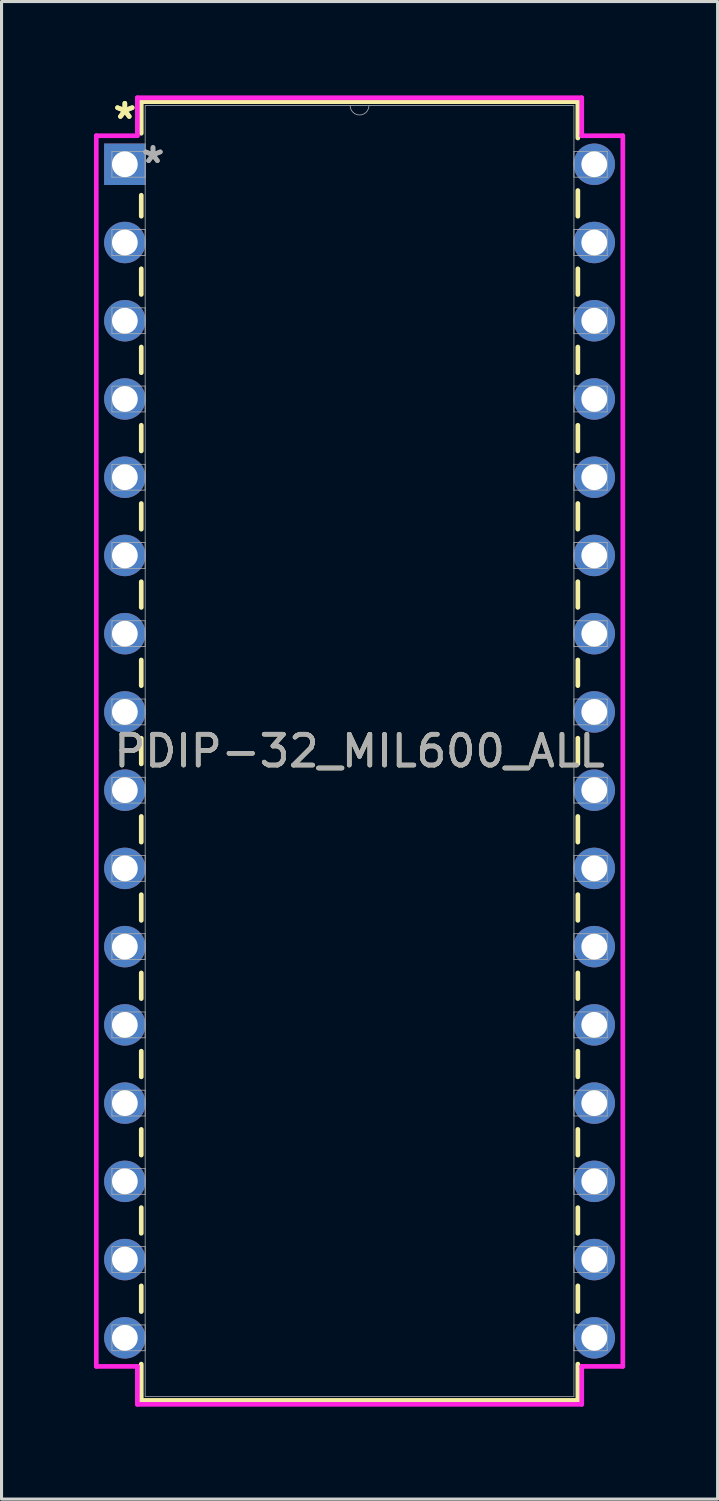
<source format=kicad_pcb>
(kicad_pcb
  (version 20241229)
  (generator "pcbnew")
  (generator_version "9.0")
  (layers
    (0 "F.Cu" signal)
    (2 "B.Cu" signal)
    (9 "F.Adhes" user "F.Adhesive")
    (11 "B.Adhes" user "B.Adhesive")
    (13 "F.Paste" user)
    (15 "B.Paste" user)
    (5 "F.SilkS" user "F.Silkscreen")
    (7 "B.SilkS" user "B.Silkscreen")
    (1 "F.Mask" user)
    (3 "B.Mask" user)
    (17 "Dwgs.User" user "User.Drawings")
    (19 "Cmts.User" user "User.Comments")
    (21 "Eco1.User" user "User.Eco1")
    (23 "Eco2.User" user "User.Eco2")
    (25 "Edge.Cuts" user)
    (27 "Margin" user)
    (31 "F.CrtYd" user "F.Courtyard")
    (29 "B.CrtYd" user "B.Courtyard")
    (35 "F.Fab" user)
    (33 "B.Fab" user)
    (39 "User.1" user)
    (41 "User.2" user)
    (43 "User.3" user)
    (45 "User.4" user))
  (footprint "PDIP-32_MIL600_ALL"
    (layer "F.Cu")
    (at 1.003 2.283)
    (property "Reference" "PDIP-32_MIL600_ALL" (at 7.62 19.05 0) (unlocked yes) (layer "F.SilkS") (effects (font (size 1 1) (thickness 0.15))))
    (attr through_hole)
    (fp_line (start 0.533 -2.032) (end 0.533 -1.006) (stroke (width 0.152) (type solid)) (layer "F.SilkS"))
    (fp_line (start 0.533 1.006) (end 0.533 1.687) (stroke (width 0.152) (type solid)) (layer "F.SilkS"))
    (fp_line (start 0.533 3.393) (end 0.533 4.227) (stroke (width 0.152) (type solid)) (layer "F.SilkS"))
    (fp_line (start 0.533 5.933) (end 0.533 6.767) (stroke (width 0.152) (type solid)) (layer "F.SilkS"))
    (fp_line (start 0.533 8.473) (end 0.533 9.307) (stroke (width 0.152) (type solid)) (layer "F.SilkS"))
    (fp_line (start 0.533 11.013) (end 0.533 11.847) (stroke (width 0.152) (type solid)) (layer "F.SilkS"))
    (fp_line (start 0.533 13.553) (end 0.533 14.387) (stroke (width 0.152) (type solid)) (layer "F.SilkS"))
    (fp_line (start 0.533 16.093) (end 0.533 16.927) (stroke (width 0.152) (type solid)) (layer "F.SilkS"))
    (fp_line (start 0.533 18.633) (end 0.533 19.467) (stroke (width 0.152) (type solid)) (layer "F.SilkS"))
    (fp_line (start 0.533 21.173) (end 0.533 22.007) (stroke (width 0.152) (type solid)) (layer "F.SilkS"))
    (fp_line (start 0.533 23.713) (end 0.533 24.547) (stroke (width 0.152) (type solid)) (layer "F.SilkS"))
    (fp_line (start 0.533 26.253) (end 0.533 27.087) (stroke (width 0.152) (type solid)) (layer "F.SilkS"))
    (fp_line (start 0.533 28.793) (end 0.533 29.627) (stroke (width 0.152) (type solid)) (layer "F.SilkS"))
    (fp_line (start 0.533 31.333) (end 0.533 32.167) (stroke (width 0.152) (type solid)) (layer "F.SilkS"))
    (fp_line (start 0.533 33.873) (end 0.533 34.707) (stroke (width 0.152) (type solid)) (layer "F.SilkS"))
    (fp_line (start 0.533 36.413) (end 0.533 37.247) (stroke (width 0.152) (type solid)) (layer "F.SilkS"))
    (fp_line (start 0.533 38.953) (end 0.533 40.132) (stroke (width 0.152) (type solid)) (layer "F.SilkS"))
    (fp_line (start 0.533 40.132) (end 14.707 40.132) (stroke (width 0.152) (type solid)) (layer "F.SilkS"))
    (fp_line (start 14.707 -2.032) (end 0.533 -2.032) (stroke (width 0.152) (type solid)) (layer "F.SilkS"))
    (fp_line (start 14.707 -0.853) (end 14.707 -2.032) (stroke (width 0.152) (type solid)) (layer "F.SilkS"))
    (fp_line (start 14.707 1.687) (end 14.707 0.853) (stroke (width 0.152) (type solid)) (layer "F.SilkS"))
    (fp_line (start 14.707 4.227) (end 14.707 3.393) (stroke (width 0.152) (type solid)) (layer "F.SilkS"))
    (fp_line (start 14.707 6.767) (end 14.707 5.933) (stroke (width 0.152) (type solid)) (layer "F.SilkS"))
    (fp_line (start 14.707 9.307) (end 14.707 8.473) (stroke (width 0.152) (type solid)) (layer "F.SilkS"))
    (fp_line (start 14.707 11.847) (end 14.707 11.013) (stroke (width 0.152) (type solid)) (layer "F.SilkS"))
    (fp_line (start 14.707 14.387) (end 14.707 13.553) (stroke (width 0.152) (type solid)) (layer "F.SilkS"))
    (fp_line (start 14.707 16.927) (end 14.707 16.093) (stroke (width 0.152) (type solid)) (layer "F.SilkS"))
    (fp_line (start 14.707 19.467) (end 14.707 18.633) (stroke (width 0.152) (type solid)) (layer "F.SilkS"))
    (fp_line (start 14.707 22.007) (end 14.707 21.173) (stroke (width 0.152) (type solid)) (layer "F.SilkS"))
    (fp_line (start 14.707 24.547) (end 14.707 23.713) (stroke (width 0.152) (type solid)) (layer "F.SilkS"))
    (fp_line (start 14.707 27.087) (end 14.707 26.253) (stroke (width 0.152) (type solid)) (layer "F.SilkS"))
    (fp_line (start 14.707 29.627) (end 14.707 28.793) (stroke (width 0.152) (type solid)) (layer "F.SilkS"))
    (fp_line (start 14.707 32.167) (end 14.707 31.333) (stroke (width 0.152) (type solid)) (layer "F.SilkS"))
    (fp_line (start 14.707 34.707) (end 14.707 33.873) (stroke (width 0.152) (type solid)) (layer "F.SilkS"))
    (fp_line (start 14.707 37.247) (end 14.707 36.413) (stroke (width 0.152) (type solid)) (layer "F.SilkS"))
    (fp_line (start 14.707 40.132) (end 14.707 38.953) (stroke (width 0.152) (type solid)) (layer "F.SilkS"))
    (fp_line (start -0.927 -0.927) (end 0.406 -0.927) (stroke (width 0.152) (type solid)) (layer "F.CrtYd"))
    (fp_line (start -0.927 39.027) (end -0.927 -0.927) (stroke (width 0.152) (type solid)) (layer "F.CrtYd"))
    (fp_line (start 0.406 -2.159) (end 14.834 -2.159) (stroke (width 0.152) (type solid)) (layer "F.CrtYd"))
    (fp_line (start 0.406 -0.927) (end 0.406 -2.159) (stroke (width 0.152) (type solid)) (layer "F.CrtYd"))
    (fp_line (start 0.406 39.027) (end -0.927 39.027) (stroke (width 0.152) (type solid)) (layer "F.CrtYd"))
    (fp_line (start 0.406 40.259) (end 0.406 39.027) (stroke (width 0.152) (type solid)) (layer "F.CrtYd"))
    (fp_line (start 14.834 -2.159) (end 14.834 -0.927) (stroke (width 0.152) (type solid)) (layer "F.CrtYd"))
    (fp_line (start 14.834 39.027) (end 14.834 40.259) (stroke (width 0.152) (type solid)) (layer "F.CrtYd"))
    (fp_line (start 14.834 40.259) (end 0.406 40.259) (stroke (width 0.152) (type solid)) (layer "F.CrtYd"))
    (fp_line (start 16.167 -0.927) (end 14.834 -0.927) (stroke (width 0.152) (type solid)) (layer "F.CrtYd"))
    (fp_line (start 16.167 -0.927) (end 16.167 39.027) (stroke (width 0.152) (type solid)) (layer "F.CrtYd"))
    (fp_line (start 16.167 39.027) (end 14.834 39.027) (stroke (width 0.152) (type solid)) (layer "F.CrtYd"))
    (fp_line (start -0.419 -0.419) (end -0.419 0.419) (stroke (width 0.025) (type solid)) (layer "F.Fab"))
    (fp_line (start -0.419 0.419) (end 0.66 0.419) (stroke (width 0.025) (type solid)) (layer "F.Fab"))
    (fp_line (start -0.419 2.121) (end -0.419 2.959) (stroke (width 0.025) (type solid)) (layer "F.Fab"))
    (fp_line (start -0.419 2.959) (end 0.66 2.959) (stroke (width 0.025) (type solid)) (layer "F.Fab"))
    (fp_line (start -0.419 4.661) (end -0.419 5.499) (stroke (width 0.025) (type solid)) (layer "F.Fab"))
    (fp_line (start -0.419 5.499) (end 0.66 5.499) (stroke (width 0.025) (type solid)) (layer "F.Fab"))
    (fp_line (start -0.419 7.201) (end -0.419 8.039) (stroke (width 0.025) (type solid)) (layer "F.Fab"))
    (fp_line (start -0.419 8.039) (end 0.66 8.039) (stroke (width 0.025) (type solid)) (layer "F.Fab"))
    (fp_line (start -0.419 9.741) (end -0.419 10.579) (stroke (width 0.025) (type solid)) (layer "F.Fab"))
    (fp_line (start -0.419 10.579) (end 0.66 10.579) (stroke (width 0.025) (type solid)) (layer "F.Fab"))
    (fp_line (start -0.419 12.281) (end -0.419 13.119) (stroke (width 0.025) (type solid)) (layer "F.Fab"))
    (fp_line (start -0.419 13.119) (end 0.66 13.119) (stroke (width 0.025) (type solid)) (layer "F.Fab"))
    (fp_line (start -0.419 14.821) (end -0.419 15.659) (stroke (width 0.025) (type solid)) (layer "F.Fab"))
    (fp_line (start -0.419 15.659) (end 0.66 15.659) (stroke (width 0.025) (type solid)) (layer "F.Fab"))
    (fp_line (start -0.419 17.361) (end -0.419 18.199) (stroke (width 0.025) (type solid)) (layer "F.Fab"))
    (fp_line (start -0.419 18.199) (end 0.66 18.199) (stroke (width 0.025) (type solid)) (layer "F.Fab"))
    (fp_line (start -0.419 19.901) (end -0.419 20.739) (stroke (width 0.025) (type solid)) (layer "F.Fab"))
    (fp_line (start -0.419 20.739) (end 0.66 20.739) (stroke (width 0.025) (type solid)) (layer "F.Fab"))
    (fp_line (start -0.419 22.441) (end -0.419 23.279) (stroke (width 0.025) (type solid)) (layer "F.Fab"))
    (fp_line (start -0.419 23.279) (end 0.66 23.279) (stroke (width 0.025) (type solid)) (layer "F.Fab"))
    (fp_line (start -0.419 24.981) (end -0.419 25.819) (stroke (width 0.025) (type solid)) (layer "F.Fab"))
    (fp_line (start -0.419 25.819) (end 0.66 25.819) (stroke (width 0.025) (type solid)) (layer "F.Fab"))
    (fp_line (start -0.419 27.521) (end -0.419 28.359) (stroke (width 0.025) (type solid)) (layer "F.Fab"))
    (fp_line (start -0.419 28.359) (end 0.66 28.359) (stroke (width 0.025) (type solid)) (layer "F.Fab"))
    (fp_line (start -0.419 30.061) (end -0.419 30.899) (stroke (width 0.025) (type solid)) (layer "F.Fab"))
    (fp_line (start -0.419 30.899) (end 0.66 30.899) (stroke (width 0.025) (type solid)) (layer "F.Fab"))
    (fp_line (start -0.419 32.601) (end -0.419 33.439) (stroke (width 0.025) (type solid)) (layer "F.Fab"))
    (fp_line (start -0.419 33.439) (end 0.66 33.439) (stroke (width 0.025) (type solid)) (layer "F.Fab"))
    (fp_line (start -0.419 35.141) (end -0.419 35.979) (stroke (width 0.025) (type solid)) (layer "F.Fab"))
    (fp_line (start -0.419 35.979) (end 0.66 35.979) (stroke (width 0.025) (type solid)) (layer "F.Fab"))
    (fp_line (start -0.419 37.681) (end -0.419 38.519) (stroke (width 0.025) (type solid)) (layer "F.Fab"))
    (fp_line (start -0.419 38.519) (end 0.66 38.519) (stroke (width 0.025) (type solid)) (layer "F.Fab"))
    (fp_line (start 0.66 -1.905) (end 0.66 40.005) (stroke (width 0.025) (type solid)) (layer "F.Fab"))
    (fp_line (start 0.66 -0.419) (end -0.419 -0.419) (stroke (width 0.025) (type solid)) (layer "F.Fab"))
    (fp_line (start 0.66 0.419) (end 0.66 -0.419) (stroke (width 0.025) (type solid)) (layer "F.Fab"))
    (fp_line (start 0.66 2.121) (end -0.419 2.121) (stroke (width 0.025) (type solid)) (layer "F.Fab"))
    (fp_line (start 0.66 2.959) (end 0.66 2.121) (stroke (width 0.025) (type solid)) (layer "F.Fab"))
    (fp_line (start 0.66 4.661) (end -0.419 4.661) (stroke (width 0.025) (type solid)) (layer "F.Fab"))
    (fp_line (start 0.66 5.499) (end 0.66 4.661) (stroke (width 0.025) (type solid)) (layer "F.Fab"))
    (fp_line (start 0.66 7.201) (end -0.419 7.201) (stroke (width 0.025) (type solid)) (layer "F.Fab"))
    (fp_line (start 0.66 8.039) (end 0.66 7.201) (stroke (width 0.025) (type solid)) (layer "F.Fab"))
    (fp_line (start 0.66 9.741) (end -0.419 9.741) (stroke (width 0.025) (type solid)) (layer "F.Fab"))
    (fp_line (start 0.66 10.579) (end 0.66 9.741) (stroke (width 0.025) (type solid)) (layer "F.Fab"))
    (fp_line (start 0.66 12.281) (end -0.419 12.281) (stroke (width 0.025) (type solid)) (layer "F.Fab"))
    (fp_line (start 0.66 13.119) (end 0.66 12.281) (stroke (width 0.025) (type solid)) (layer "F.Fab"))
    (fp_line (start 0.66 14.821) (end -0.419 14.821) (stroke (width 0.025) (type solid)) (layer "F.Fab"))
    (fp_line (start 0.66 15.659) (end 0.66 14.821) (stroke (width 0.025) (type solid)) (layer "F.Fab"))
    (fp_line (start 0.66 17.361) (end -0.419 17.361) (stroke (width 0.025) (type solid)) (layer "F.Fab"))
    (fp_line (start 0.66 18.199) (end 0.66 17.361) (stroke (width 0.025) (type solid)) (layer "F.Fab"))
    (fp_line (start 0.66 19.901) (end -0.419 19.901) (stroke (width 0.025) (type solid)) (layer "F.Fab"))
    (fp_line (start 0.66 20.739) (end 0.66 19.901) (stroke (width 0.025) (type solid)) (layer "F.Fab"))
    (fp_line (start 0.66 22.441) (end -0.419 22.441) (stroke (width 0.025) (type solid)) (layer "F.Fab"))
    (fp_line (start 0.66 23.279) (end 0.66 22.441) (stroke (width 0.025) (type solid)) (layer "F.Fab"))
    (fp_line (start 0.66 24.981) (end -0.419 24.981) (stroke (width 0.025) (type solid)) (layer "F.Fab"))
    (fp_line (start 0.66 25.819) (end 0.66 24.981) (stroke (width 0.025) (type solid)) (layer "F.Fab"))
    (fp_line (start 0.66 27.521) (end -0.419 27.521) (stroke (width 0.025) (type solid)) (layer "F.Fab"))
    (fp_line (start 0.66 28.359) (end 0.66 27.521) (stroke (width 0.025) (type solid)) (layer "F.Fab"))
    (fp_line (start 0.66 30.061) (end -0.419 30.061) (stroke (width 0.025) (type solid)) (layer "F.Fab"))
    (fp_line (start 0.66 30.899) (end 0.66 30.061) (stroke (width 0.025) (type solid)) (layer "F.Fab"))
    (fp_line (start 0.66 32.601) (end -0.419 32.601) (stroke (width 0.025) (type solid)) (layer "F.Fab"))
    (fp_line (start 0.66 33.439) (end 0.66 32.601) (stroke (width 0.025) (type solid)) (layer "F.Fab"))
    (fp_line (start 0.66 35.141) (end -0.419 35.141) (stroke (width 0.025) (type solid)) (layer "F.Fab"))
    (fp_line (start 0.66 35.979) (end 0.66 35.141) (stroke (width 0.025) (type solid)) (layer "F.Fab"))
    (fp_line (start 0.66 37.681) (end -0.419 37.681) (stroke (width 0.025) (type solid)) (layer "F.Fab"))
    (fp_line (start 0.66 38.519) (end 0.66 37.681) (stroke (width 0.025) (type solid)) (layer "F.Fab"))
    (fp_line (start 0.66 40.005) (end 14.58 40.005) (stroke (width 0.025) (type solid)) (layer "F.Fab"))
    (fp_line (start 14.58 -1.905) (end 0.66 -1.905) (stroke (width 0.025) (type solid)) (layer "F.Fab"))
    (fp_line (start 14.58 -0.419) (end 14.58 0.419) (stroke (width 0.025) (type solid)) (layer "F.Fab"))
    (fp_line (start 14.58 0.419) (end 15.659 0.419) (stroke (width 0.025) (type solid)) (layer "F.Fab"))
    (fp_line (start 14.58 2.121) (end 14.58 2.959) (stroke (width 0.025) (type solid)) (layer "F.Fab"))
    (fp_line (start 14.58 2.959) (end 15.659 2.959) (stroke (width 0.025) (type solid)) (layer "F.Fab"))
    (fp_line (start 14.58 4.661) (end 14.58 5.499) (stroke (width 0.025) (type solid)) (layer "F.Fab"))
    (fp_line (start 14.58 5.499) (end 15.659 5.499) (stroke (width 0.025) (type solid)) (layer "F.Fab"))
    (fp_line (start 14.58 7.201) (end 14.58 8.039) (stroke (width 0.025) (type solid)) (layer "F.Fab"))
    (fp_line (start 14.58 8.039) (end 15.659 8.039) (stroke (width 0.025) (type solid)) (layer "F.Fab"))
    (fp_line (start 14.58 9.741) (end 14.58 10.579) (stroke (width 0.025) (type solid)) (layer "F.Fab"))
    (fp_line (start 14.58 10.579) (end 15.659 10.579) (stroke (width 0.025) (type solid)) (layer "F.Fab"))
    (fp_line (start 14.58 12.281) (end 14.58 13.119) (stroke (width 0.025) (type solid)) (layer "F.Fab"))
    (fp_line (start 14.58 13.119) (end 15.659 13.119) (stroke (width 0.025) (type solid)) (layer "F.Fab"))
    (fp_line (start 14.58 14.821) (end 14.58 15.659) (stroke (width 0.025) (type solid)) (layer "F.Fab"))
    (fp_line (start 14.58 15.659) (end 15.659 15.659) (stroke (width 0.025) (type solid)) (layer "F.Fab"))
    (fp_line (start 14.58 17.361) (end 14.58 18.199) (stroke (width 0.025) (type solid)) (layer "F.Fab"))
    (fp_line (start 14.58 18.199) (end 15.659 18.199) (stroke (width 0.025) (type solid)) (layer "F.Fab"))
    (fp_line (start 14.58 19.901) (end 14.58 20.739) (stroke (width 0.025) (type solid)) (layer "F.Fab"))
    (fp_line (start 14.58 20.739) (end 15.659 20.739) (stroke (width 0.025) (type solid)) (layer "F.Fab"))
    (fp_line (start 14.58 22.441) (end 14.58 23.279) (stroke (width 0.025) (type solid)) (layer "F.Fab"))
    (fp_line (start 14.58 23.279) (end 15.659 23.279) (stroke (width 0.025) (type solid)) (layer "F.Fab"))
    (fp_line (start 14.58 24.981) (end 14.58 25.819) (stroke (width 0.025) (type solid)) (layer "F.Fab"))
    (fp_line (start 14.58 25.819) (end 15.659 25.819) (stroke (width 0.025) (type solid)) (layer "F.Fab"))
    (fp_line (start 14.58 27.521) (end 14.58 28.359) (stroke (width 0.025) (type solid)) (layer "F.Fab"))
    (fp_line (start 14.58 28.359) (end 15.659 28.359) (stroke (width 0.025) (type solid)) (layer "F.Fab"))
    (fp_line (start 14.58 30.061) (end 14.58 30.899) (stroke (width 0.025) (type solid)) (layer "F.Fab"))
    (fp_line (start 14.58 30.899) (end 15.659 30.899) (stroke (width 0.025) (type solid)) (layer "F.Fab"))
    (fp_line (start 14.58 32.601) (end 14.58 33.439) (stroke (width 0.025) (type solid)) (layer "F.Fab"))
    (fp_line (start 14.58 33.439) (end 15.659 33.439) (stroke (width 0.025) (type solid)) (layer "F.Fab"))
    (fp_line (start 14.58 35.141) (end 14.58 35.979) (stroke (width 0.025) (type solid)) (layer "F.Fab"))
    (fp_line (start 14.58 35.979) (end 15.659 35.979) (stroke (width 0.025) (type solid)) (layer "F.Fab"))
    (fp_line (start 14.58 37.681) (end 14.58 38.519) (stroke (width 0.025) (type solid)) (layer "F.Fab"))
    (fp_line (start 14.58 38.519) (end 15.659 38.519) (stroke (width 0.025) (type solid)) (layer "F.Fab"))
    (fp_line (start 14.58 40.005) (end 14.58 -1.905) (stroke (width 0.025) (type solid)) (layer "F.Fab"))
    (fp_line (start 15.659 -0.419) (end 14.58 -0.419) (stroke (width 0.025) (type solid)) (layer "F.Fab"))
    (fp_line (start 15.659 0.419) (end 15.659 -0.419) (stroke (width 0.025) (type solid)) (layer "F.Fab"))
    (fp_line (start 15.659 2.121) (end 14.58 2.121) (stroke (width 0.025) (type solid)) (layer "F.Fab"))
    (fp_line (start 15.659 2.959) (end 15.659 2.121) (stroke (width 0.025) (type solid)) (layer "F.Fab"))
    (fp_line (start 15.659 4.661) (end 14.58 4.661) (stroke (width 0.025) (type solid)) (layer "F.Fab"))
    (fp_line (start 15.659 5.499) (end 15.659 4.661) (stroke (width 0.025) (type solid)) (layer "F.Fab"))
    (fp_line (start 15.659 7.201) (end 14.58 7.201) (stroke (width 0.025) (type solid)) (layer "F.Fab"))
    (fp_line (start 15.659 8.039) (end 15.659 7.201) (stroke (width 0.025) (type solid)) (layer "F.Fab"))
    (fp_line (start 15.659 9.741) (end 14.58 9.741) (stroke (width 0.025) (type solid)) (layer "F.Fab"))
    (fp_line (start 15.659 10.579) (end 15.659 9.741) (stroke (width 0.025) (type solid)) (layer "F.Fab"))
    (fp_line (start 15.659 12.281) (end 14.58 12.281) (stroke (width 0.025) (type solid)) (layer "F.Fab"))
    (fp_line (start 15.659 13.119) (end 15.659 12.281) (stroke (width 0.025) (type solid)) (layer "F.Fab"))
    (fp_line (start 15.659 14.821) (end 14.58 14.821) (stroke (width 0.025) (type solid)) (layer "F.Fab"))
    (fp_line (start 15.659 15.659) (end 15.659 14.821) (stroke (width 0.025) (type solid)) (layer "F.Fab"))
    (fp_line (start 15.659 17.361) (end 14.58 17.361) (stroke (width 0.025) (type solid)) (layer "F.Fab"))
    (fp_line (start 15.659 18.199) (end 15.659 17.361) (stroke (width 0.025) (type solid)) (layer "F.Fab"))
    (fp_line (start 15.659 19.901) (end 14.58 19.901) (stroke (width 0.025) (type solid)) (layer "F.Fab"))
    (fp_line (start 15.659 20.739) (end 15.659 19.901) (stroke (width 0.025) (type solid)) (layer "F.Fab"))
    (fp_line (start 15.659 22.441) (end 14.58 22.441) (stroke (width 0.025) (type solid)) (layer "F.Fab"))
    (fp_line (start 15.659 23.279) (end 15.659 22.441) (stroke (width 0.025) (type solid)) (layer "F.Fab"))
    (fp_line (start 15.659 24.981) (end 14.58 24.981) (stroke (width 0.025) (type solid)) (layer "F.Fab"))
    (fp_line (start 15.659 25.819) (end 15.659 24.981) (stroke (width 0.025) (type solid)) (layer "F.Fab"))
    (fp_line (start 15.659 27.521) (end 14.58 27.521) (stroke (width 0.025) (type solid)) (layer "F.Fab"))
    (fp_line (start 15.659 28.359) (end 15.659 27.521) (stroke (width 0.025) (type solid)) (layer "F.Fab"))
    (fp_line (start 15.659 30.061) (end 14.58 30.061) (stroke (width 0.025) (type solid)) (layer "F.Fab"))
    (fp_line (start 15.659 30.899) (end 15.659 30.061) (stroke (width 0.025) (type solid)) (layer "F.Fab"))
    (fp_line (start 15.659 32.601) (end 14.58 32.601) (stroke (width 0.025) (type solid)) (layer "F.Fab"))
    (fp_line (start 15.659 33.439) (end 15.659 32.601) (stroke (width 0.025) (type solid)) (layer "F.Fab"))
    (fp_line (start 15.659 35.141) (end 14.58 35.141) (stroke (width 0.025) (type solid)) (layer "F.Fab"))
    (fp_line (start 15.659 35.979) (end 15.659 35.141) (stroke (width 0.025) (type solid)) (layer "F.Fab"))
    (fp_line (start 15.659 37.681) (end 14.58 37.681) (stroke (width 0.025) (type solid)) (layer "F.Fab"))
    (fp_line (start 15.659 38.519) (end 15.659 37.681) (stroke (width 0.025) (type solid)) (layer "F.Fab"))
    (fp_arc (start 7.9248 -1.905) (mid 7.62 -1.6002) (end 7.3152 -1.905) (stroke (width 0.0254) (type solid)) (layer "F.Fab"))
    (fp_text user "*" (at 0 -1.435 0) (unlocked yes) (layer "F.SilkS") (effects (font (size 1 1) (thickness 0.15))))
    (fp_text user "*" (at 0 -1.435 0) (layer "F.SilkS") (effects (font (size 1 1) (thickness 0.15))))
    (fp_text user "*" (at 0.914 0 0) (unlocked yes) (layer "F.Fab") (effects (font (size 1 1) (thickness 0.15))))
    (fp_text user "*" (at 0.914 0 0) (layer "F.Fab") (effects (font (size 1 1) (thickness 0.15))))
    (fp_text user "${REFERENCE}" (at 7.62 19.05 0) (unlocked yes) (layer "F.Fab") (effects (font (size 1 1) (thickness 0.15))))
    (pad "1" thru_hole rect (at 0 0) (size 1.346 1.346) (drill 0.838) (layers "*.Cu" "*.Mask"))
    (pad "2" thru_hole circle (at 0 2.54) (size 1.346 1.346) (drill 0.838) (layers "*.Cu" "*.Mask"))
    (pad "3" thru_hole circle (at 0 5.08) (size 1.346 1.346) (drill 0.838) (layers "*.Cu" "*.Mask"))
    (pad "4" thru_hole circle (at 0 7.62) (size 1.346 1.346) (drill 0.838) (layers "*.Cu" "*.Mask"))
    (pad "5" thru_hole circle (at 0 10.16) (size 1.346 1.346) (drill 0.838) (layers "*.Cu" "*.Mask"))
    (pad "6" thru_hole circle (at 0 12.7) (size 1.346 1.346) (drill 0.838) (layers "*.Cu" "*.Mask"))
    (pad "7" thru_hole circle (at 0 15.24) (size 1.346 1.346) (drill 0.838) (layers "*.Cu" "*.Mask"))
    (pad "8" thru_hole circle (at 0 17.78) (size 1.346 1.346) (drill 0.838) (layers "*.Cu" "*.Mask"))
    (pad "9" thru_hole circle (at 0 20.32) (size 1.346 1.346) (drill 0.838) (layers "*.Cu" "*.Mask"))
    (pad "10" thru_hole circle (at 0 22.86) (size 1.346 1.346) (drill 0.838) (layers "*.Cu" "*.Mask"))
    (pad "11" thru_hole circle (at 0 25.4) (size 1.346 1.346) (drill 0.838) (layers "*.Cu" "*.Mask"))
    (pad "12" thru_hole circle (at 0 27.94) (size 1.346 1.346) (drill 0.838) (layers "*.Cu" "*.Mask"))
    (pad "13" thru_hole circle (at 0 30.48) (size 1.346 1.346) (drill 0.838) (layers "*.Cu" "*.Mask"))
    (pad "14" thru_hole circle (at 0 33.02) (size 1.346 1.346) (drill 0.838) (layers "*.Cu" "*.Mask"))
    (pad "15" thru_hole circle (at 0 35.56) (size 1.346 1.346) (drill 0.838) (layers "*.Cu" "*.Mask"))
    (pad "16" thru_hole circle (at 0 38.1) (size 1.346 1.346) (drill 0.838) (layers "*.Cu" "*.Mask"))
    (pad "17" thru_hole circle (at 15.24 38.1) (size 1.346 1.346) (drill 0.838) (layers "*.Cu" "*.Mask"))
    (pad "18" thru_hole circle (at 15.24 35.56) (size 1.346 1.346) (drill 0.838) (layers "*.Cu" "*.Mask"))
    (pad "19" thru_hole circle (at 15.24 33.02) (size 1.346 1.346) (drill 0.838) (layers "*.Cu" "*.Mask"))
    (pad "20" thru_hole circle (at 15.24 30.48) (size 1.346 1.346) (drill 0.838) (layers "*.Cu" "*.Mask"))
    (pad "21" thru_hole circle (at 15.24 27.94) (size 1.346 1.346) (drill 0.838) (layers "*.Cu" "*.Mask"))
    (pad "22" thru_hole circle (at 15.24 25.4) (size 1.346 1.346) (drill 0.838) (layers "*.Cu" "*.Mask"))
    (pad "23" thru_hole circle (at 15.24 22.86) (size 1.346 1.346) (drill 0.838) (layers "*.Cu" "*.Mask"))
    (pad "24" thru_hole circle (at 15.24 20.32) (size 1.346 1.346) (drill 0.838) (layers "*.Cu" "*.Mask"))
    (pad "25" thru_hole circle (at 15.24 17.78) (size 1.346 1.346) (drill 0.838) (layers "*.Cu" "*.Mask"))
    (pad "26" thru_hole circle (at 15.24 15.24) (size 1.346 1.346) (drill 0.838) (layers "*.Cu" "*.Mask"))
    (pad "27" thru_hole circle (at 15.24 12.7) (size 1.346 1.346) (drill 0.838) (layers "*.Cu" "*.Mask"))
    (pad "28" thru_hole circle (at 15.24 10.16) (size 1.346 1.346) (drill 0.838) (layers "*.Cu" "*.Mask"))
    (pad "29" thru_hole circle (at 15.24 7.62) (size 1.346 1.346) (drill 0.838) (layers "*.Cu" "*.Mask"))
    (pad "30" thru_hole circle (at 15.24 5.08) (size 1.346 1.346) (drill 0.838) (layers "*.Cu" "*.Mask"))
    (pad "31" thru_hole circle (at 15.24 2.54) (size 1.346 1.346) (drill 0.838) (layers "*.Cu" "*.Mask"))
    (pad "32" thru_hole circle (at 15.24 0) (size 1.346 1.346) (drill 0.838) (layers "*.Cu" "*.Mask")))
  (gr_rect
    (start -3 -3)
    (end 20.247 45.619)
    (stroke (width 0.1) (type default))
    (fill no)
    (layer "Edge.Cuts")))
</source>
